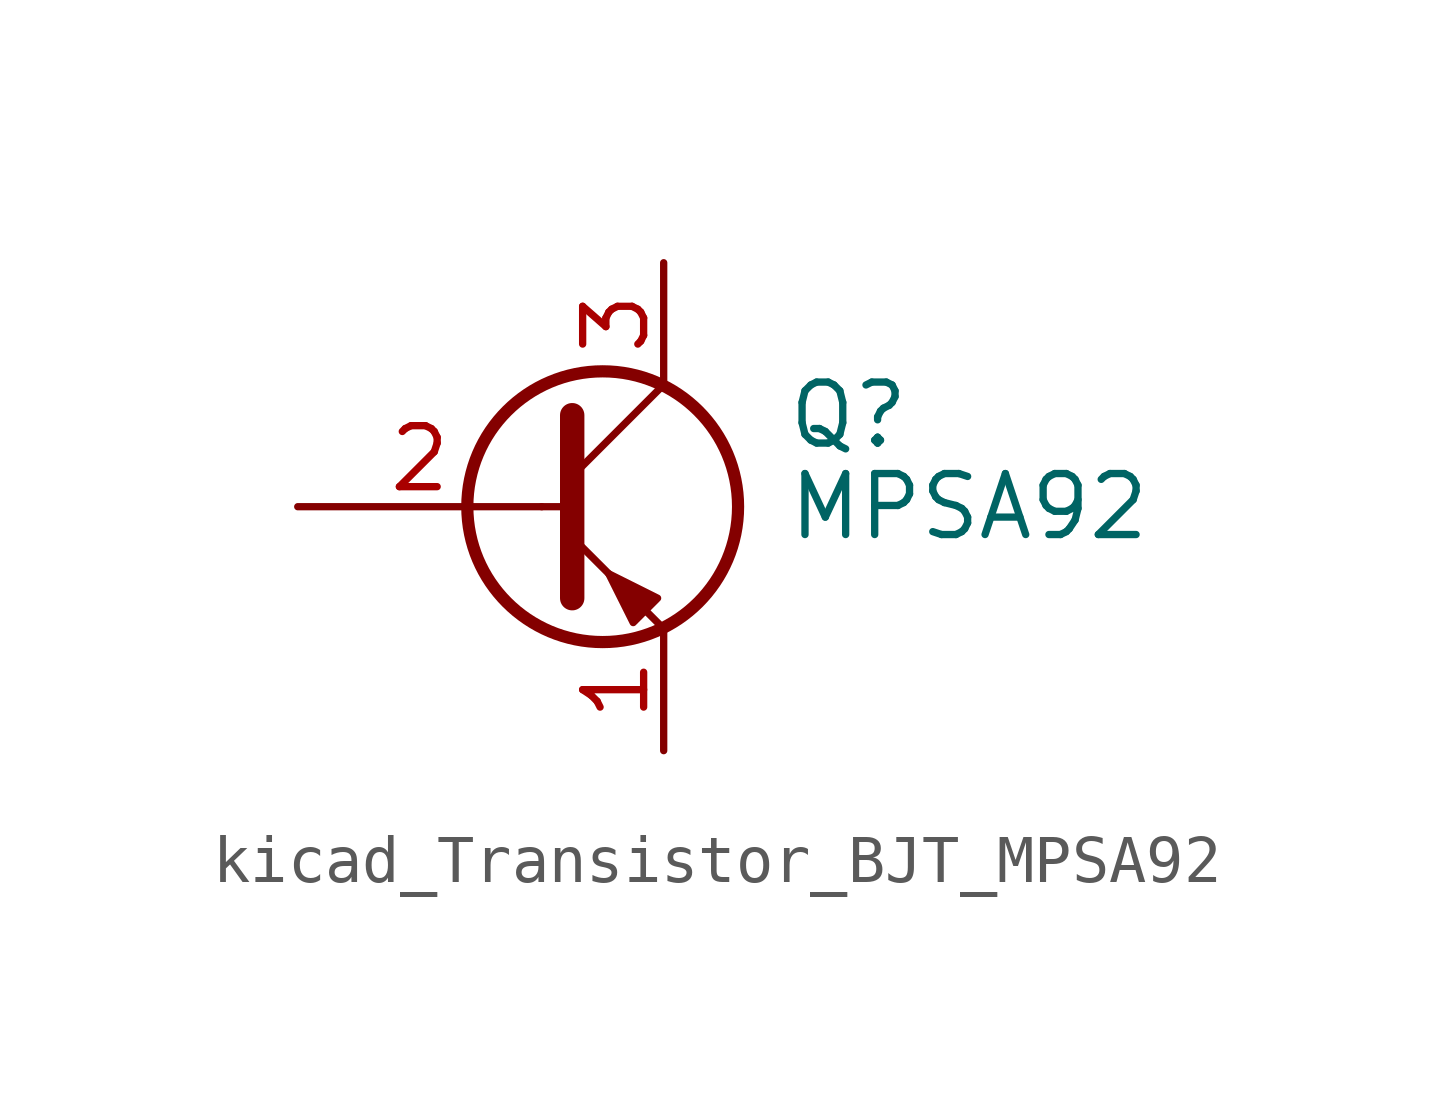
<source format=kicad_sym>
(kicad_symbol_lib
  (version 20220914)
  (generator kicad_symbol_editor)
  (symbol "kicad_Transistor_BJT_MPSA92"
    (pin_names
      (offset 1.016) hide)
    (property "Reference" "Q"
      (at 5.08 1.905 0)
      (effects (font (size 1.27 1.27)) (justify left)))
    (property "Value" "MPSA92"
      (at 5.08 0 0)
      (effects (font (size 1.27 1.27)) (justify left)))
    (symbol "kicad_Transistor_BJT_MPSA92_0_1"
      (polyline (pts (xy 0 0) (xy 0.635 0)) (stroke (width 0) (type default)) (fill (type none)))
      (polyline (pts (xy 2.54 -2.54) (xy 0.635 -0.635)) (stroke (width 0) (type default)) (fill (type none)))
      (polyline (pts (xy 2.54 2.54) (xy 0.635 0.635)) (stroke (width 0) (type default)) (fill (type none)))
      (polyline (pts (xy 0.635 1.905) (xy 0.635 -1.905) (xy 0.635 -1.905)) (stroke (width 0.508) (type default)) (fill (type outline)))
      (polyline (pts (xy 1.905 -2.413) (xy 2.413 -1.905) (xy 1.397 -1.397) (xy 1.905 -2.413) (xy 1.905 -2.413)) (stroke (width 0) (type default)) (fill (type outline)))
      (circle (center 1.27 0) (radius 2.819) (stroke (width 0.254) (type default)) (fill (type none))))
    (symbol "kicad_Transistor_BJT_MPSA92_1_1"
      (pin passive line (at 2.54 -5.08 90) (length 2.54) (name "E" (effects (font (size 1.27 1.27)))) (number "1" (effects (font (size 1.27 1.27)))))
      (pin input line (at -5.08 0 0) (length 5.08) (name "B" (effects (font (size 1.27 1.27)))) (number "2" (effects (font (size 1.27 1.27)))))
      (pin passive line (at 2.54 5.08 270) (length 2.54) (name "C" (effects (font (size 1.27 1.27)))) (number "3" (effects (font (size 1.27 1.27))))))))
</source>
